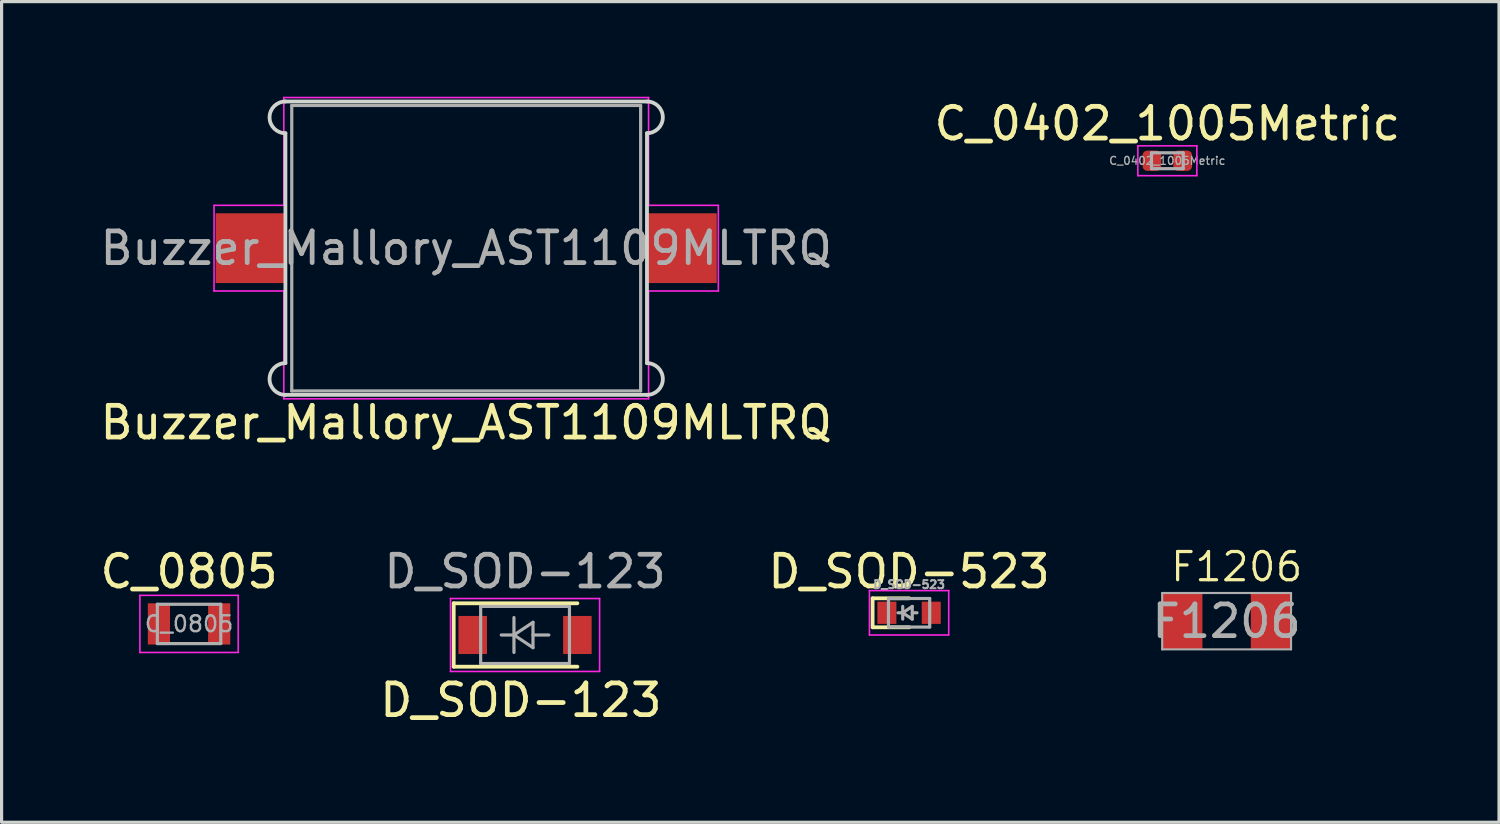
<source format=kicad_pcb>
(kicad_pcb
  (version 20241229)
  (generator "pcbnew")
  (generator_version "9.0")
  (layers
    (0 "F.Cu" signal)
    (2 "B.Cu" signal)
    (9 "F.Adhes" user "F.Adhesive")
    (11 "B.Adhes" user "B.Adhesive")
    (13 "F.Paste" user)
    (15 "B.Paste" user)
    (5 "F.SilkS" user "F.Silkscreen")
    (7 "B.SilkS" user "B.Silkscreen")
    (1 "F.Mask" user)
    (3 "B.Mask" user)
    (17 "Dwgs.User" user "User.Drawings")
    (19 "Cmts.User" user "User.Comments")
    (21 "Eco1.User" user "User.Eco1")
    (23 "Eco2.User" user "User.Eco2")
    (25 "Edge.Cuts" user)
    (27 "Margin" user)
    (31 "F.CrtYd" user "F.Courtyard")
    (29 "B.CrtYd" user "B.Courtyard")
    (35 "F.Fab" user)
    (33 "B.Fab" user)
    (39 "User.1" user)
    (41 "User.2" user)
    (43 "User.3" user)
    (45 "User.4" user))
  (footprint "C_0402_1005Metric"
    (layer "F.Cu")
    (at 33.756 2.018)
    (property "Reference" "C_0402_1005Metric" (at 0 -1.17 0) (layer "F.SilkS") (effects (font (size 1 1) (thickness 0.15))))
    (attr smd)
    (fp_line (start -0.93 -0.47) (end 0.93 -0.47) (stroke (width 0.05) (type solid)) (layer "F.CrtYd"))
    (fp_line (start -0.93 0.47) (end -0.93 -0.47) (stroke (width 0.05) (type solid)) (layer "F.CrtYd"))
    (fp_line (start 0.93 -0.47) (end 0.93 0.47) (stroke (width 0.05) (type solid)) (layer "F.CrtYd"))
    (fp_line (start 0.93 0.47) (end -0.93 0.47) (stroke (width 0.05) (type solid)) (layer "F.CrtYd"))
    (fp_line (start -0.5 -0.25) (end 0.5 -0.25) (stroke (width 0.1) (type solid)) (layer "F.Fab"))
    (fp_line (start -0.5 0.25) (end -0.5 -0.25) (stroke (width 0.1) (type solid)) (layer "F.Fab"))
    (fp_line (start 0.5 -0.25) (end 0.5 0.25) (stroke (width 0.1) (type solid)) (layer "F.Fab"))
    (fp_line (start 0.5 0.25) (end -0.5 0.25) (stroke (width 0.1) (type solid)) (layer "F.Fab"))
    (fp_text user "${REFERENCE}" (at 0 0 0) (layer "F.Fab") (effects (font (size 0.25 0.25) (thickness 0.04))))
    (pad "1" smd roundrect (at -0.485 0 180) (size 0.59 0.64) (layers "F.Cu" "F.Mask" "F.Paste") (roundrect_rratio 0.25))
    (pad "2" smd roundrect (at 0.485 0 180) (size 0.59 0.64) (layers "F.Cu" "F.Mask" "F.Paste") (roundrect_rratio 0.25)))
  (footprint "D_SOD-523"
    (layer "F.Cu")
    (at 25.613 16.271)
    (property "Reference" "D_SOD-523" (at 0 -1.3 0) (layer "F.SilkS") (effects (font (size 1 1) (thickness 0.15))))
    (attr smd)
    (fp_line (start -1.15 -0.457) (end -1.15 0.457) (stroke (width 0.12) (type solid)) (layer "F.SilkS"))
    (fp_line (start 0 -0.457) (end -1.15 -0.457) (stroke (width 0.12) (type solid)) (layer "F.SilkS"))
    (fp_line (start 0.007 0.457) (end -1.143 0.457) (stroke (width 0.12) (type solid)) (layer "F.SilkS"))
    (fp_line (start -1.25 -0.7) (end 1.25 -0.7) (stroke (width 0.05) (type solid)) (layer "F.CrtYd"))
    (fp_line (start -1.25 0.7) (end -1.25 -0.7) (stroke (width 0.05) (type solid)) (layer "F.CrtYd"))
    (fp_line (start 1.25 -0.7) (end 1.25 0.7) (stroke (width 0.05) (type solid)) (layer "F.CrtYd"))
    (fp_line (start 1.25 0.7) (end -1.25 0.7) (stroke (width 0.05) (type solid)) (layer "F.CrtYd"))
    (fp_line (start -0.65 -0.45) (end 0.65 -0.45) (stroke (width 0.1) (type solid)) (layer "F.Fab"))
    (fp_line (start -0.65 0.45) (end -0.65 -0.45) (stroke (width 0.1) (type solid)) (layer "F.Fab"))
    (fp_line (start -0.2 0) (end -0.35 0) (stroke (width 0.1) (type solid)) (layer "F.Fab"))
    (fp_line (start -0.2 0) (end 0.1 0.2) (stroke (width 0.1) (type solid)) (layer "F.Fab"))
    (fp_line (start -0.2 0.2) (end -0.2 -0.2) (stroke (width 0.1) (type solid)) (layer "F.Fab"))
    (fp_line (start 0.1 -0.2) (end -0.2 0) (stroke (width 0.1) (type solid)) (layer "F.Fab"))
    (fp_line (start 0.1 0) (end 0.25 0) (stroke (width 0.1) (type solid)) (layer "F.Fab"))
    (fp_line (start 0.1 0.2) (end 0.1 -0.2) (stroke (width 0.1) (type solid)) (layer "F.Fab"))
    (fp_line (start 0.65 -0.45) (end 0.65 0.45) (stroke (width 0.1) (type solid)) (layer "F.Fab"))
    (fp_line (start 0.65 0.45) (end -0.65 0.45) (stroke (width 0.1) (type solid)) (layer "F.Fab"))
    (fp_text user "${REFERENCE}" (at 0 -0.889 0) (layer "F.Fab") (effects (font (size 0.254 0.254) (thickness 0.064))))
    (pad "1" smd rect (at -0.7 0 180) (size 0.6 0.7) (layers "F.Cu" "F.Mask" "F.Paste"))
    (pad "2" smd rect (at 0.7 0 180) (size 0.6 0.7) (layers "F.Cu" "F.Mask" "F.Paste")))
  (footprint "C_0805"
    (layer "F.Cu")
    (at 2.911 16.622)
    (property "Reference" "C_0805" (at 0 -1.65 0) (layer "F.SilkS") (effects (font (size 1 1) (thickness 0.15))))
    (attr smd)
    (fp_line (start -1.55 -0.9) (end -1.55 0.9) (stroke (width 0.05) (type solid)) (layer "F.CrtYd"))
    (fp_line (start -1.55 -0.9) (end 1.55 -0.9) (stroke (width 0.05) (type solid)) (layer "F.CrtYd"))
    (fp_line (start 1.55 0.9) (end -1.55 0.9) (stroke (width 0.05) (type solid)) (layer "F.CrtYd"))
    (fp_line (start 1.55 0.9) (end 1.55 -0.9) (stroke (width 0.05) (type solid)) (layer "F.CrtYd"))
    (fp_line (start -1 -0.62) (end 1 -0.62) (stroke (width 0.1) (type solid)) (layer "F.Fab"))
    (fp_line (start -1 0.62) (end -1 -0.62) (stroke (width 0.1) (type solid)) (layer "F.Fab"))
    (fp_line (start 1 -0.62) (end 1 0.62) (stroke (width 0.1) (type solid)) (layer "F.Fab"))
    (fp_line (start 1 0.62) (end -1 0.62) (stroke (width 0.1) (type solid)) (layer "F.Fab"))
    (fp_text user "${REFERENCE}" (at 0 0 0) (layer "F.Fab") (effects (font (size 0.5 0.5) (thickness 0.075))))
    (pad "1" smd rect (at -0.95 0 180) (size 0.7 1.3) (layers "F.Cu" "F.Mask" "F.Paste"))
    (pad "2" smd rect (at 0.95 0 180) (size 0.7 1.3) (layers "F.Cu" "F.Mask" "F.Paste")))
  (footprint "D_SOD-123"
    (layer "F.Cu")
    (at 13.505 16.971)
    (property "Reference" "D_SOD-123" (at -0.131 2.056 0) (layer "F.SilkS") (effects (font (size 1 1) (thickness 0.15))))
    (attr smd)
    (fp_line (start -2.25 -1) (end -2.25 1) (stroke (width 0.12) (type solid)) (layer "F.SilkS"))
    (fp_line (start -2.25 -1) (end 1.65 -1) (stroke (width 0.12) (type solid)) (layer "F.SilkS"))
    (fp_line (start -2.25 1) (end 1.65 1) (stroke (width 0.12) (type solid)) (layer "F.SilkS"))
    (fp_line (start -2.35 -1.15) (end -2.35 1.15) (stroke (width 0.05) (type solid)) (layer "F.CrtYd"))
    (fp_line (start -2.35 -1.15) (end 2.35 -1.15) (stroke (width 0.05) (type solid)) (layer "F.CrtYd"))
    (fp_line (start 2.35 -1.15) (end 2.35 1.15) (stroke (width 0.05) (type solid)) (layer "F.CrtYd"))
    (fp_line (start 2.35 1.15) (end -2.35 1.15) (stroke (width 0.05) (type solid)) (layer "F.CrtYd"))
    (fp_line (start -1.4 -0.9) (end 1.4 -0.9) (stroke (width 0.1) (type solid)) (layer "F.Fab"))
    (fp_line (start -1.4 0.9) (end -1.4 -0.9) (stroke (width 0.1) (type solid)) (layer "F.Fab"))
    (fp_line (start -0.75 0) (end -0.35 0) (stroke (width 0.1) (type solid)) (layer "F.Fab"))
    (fp_line (start -0.35 0) (end -0.35 -0.55) (stroke (width 0.1) (type solid)) (layer "F.Fab"))
    (fp_line (start -0.35 0) (end -0.35 0.55) (stroke (width 0.1) (type solid)) (layer "F.Fab"))
    (fp_line (start -0.35 0) (end 0.25 -0.4) (stroke (width 0.1) (type solid)) (layer "F.Fab"))
    (fp_line (start 0.25 -0.4) (end 0.25 0.4) (stroke (width 0.1) (type solid)) (layer "F.Fab"))
    (fp_line (start 0.25 0) (end 0.75 0) (stroke (width 0.1) (type solid)) (layer "F.Fab"))
    (fp_line (start 0.25 0.4) (end -0.35 0) (stroke (width 0.1) (type solid)) (layer "F.Fab"))
    (fp_line (start 1.4 -0.9) (end 1.4 0.9) (stroke (width 0.1) (type solid)) (layer "F.Fab"))
    (fp_line (start 1.4 0.9) (end -1.4 0.9) (stroke (width 0.1) (type solid)) (layer "F.Fab"))
    (fp_text user "${REFERENCE}" (at 0 -2 0) (layer "F.Fab") (effects (font (size 1 1) (thickness 0.15))))
    (pad "1" smd rect (at -1.65 0) (size 0.9 1.2) (layers "F.Cu" "F.Mask" "F.Paste"))
    (pad "2" smd rect (at 1.65 0) (size 0.9 1.2) (layers "F.Cu" "F.Mask" "F.Paste")))
  (footprint "Buzzer_Mallory_AST1109MLTRQ"
    (layer "F.Cu")
    (at 11.649 4.775)
    (property "Reference" "Buzzer_Mallory_AST1109MLTRQ" (at 0 5.5 0) (layer "F.SilkS") (effects (font (size 1 1) (thickness 0.15))))
    (attr smd)
    (fp_line (start -5.7 -4.625) (end 5.7 -4.625) (stroke (width 0.12) (type solid)) (layer "Edge.Cuts"))
    (fp_line (start -5.7 -3.625) (end -5.7 3.625) (stroke (width 0.12) (type solid)) (layer "Edge.Cuts"))
    (fp_line (start 5.7 -3.625) (end 5.7 3.625) (stroke (width 0.12) (type solid)) (layer "Edge.Cuts"))
    (fp_line (start 5.7 4.625) (end -5.7 4.625) (stroke (width 0.12) (type solid)) (layer "Edge.Cuts"))
    (fp_arc (start -5.7 -3.625) (mid -6.2 -4.125) (end -5.7 -4.625) (stroke (width 0.12) (type solid)) (layer "Edge.Cuts"))
    (fp_arc (start -5.7 4.625) (mid -6.2 4.125) (end -5.7 3.625) (stroke (width 0.12) (type solid)) (layer "Edge.Cuts"))
    (fp_arc (start 5.7 -4.625) (mid 6.2 -4.125) (end 5.7 -3.625) (stroke (width 0.12) (type solid)) (layer "Edge.Cuts"))
    (fp_arc (start 5.7 3.625) (mid 6.2 4.125) (end 5.7 4.625) (stroke (width 0.12) (type solid)) (layer "Edge.Cuts"))
    (fp_line (start -7.95 -1.35) (end -5.75 -1.35) (stroke (width 0.05) (type solid)) (layer "F.CrtYd"))
    (fp_line (start -7.95 1.35) (end -7.95 -1.35) (stroke (width 0.05) (type solid)) (layer "F.CrtYd"))
    (fp_line (start -5.75 -4.75) (end 5.75 -4.75) (stroke (width 0.05) (type solid)) (layer "F.CrtYd"))
    (fp_line (start -5.75 -1.35) (end -5.75 -4.75) (stroke (width 0.05) (type solid)) (layer "F.CrtYd"))
    (fp_line (start -5.75 1.35) (end -7.95 1.35) (stroke (width 0.05) (type solid)) (layer "F.CrtYd"))
    (fp_line (start -5.75 4.75) (end -5.75 1.35) (stroke (width 0.05) (type solid)) (layer "F.CrtYd"))
    (fp_line (start 5.75 -4.75) (end 5.75 -1.35) (stroke (width 0.05) (type solid)) (layer "F.CrtYd"))
    (fp_line (start 5.75 -1.35) (end 7.95 -1.35) (stroke (width 0.05) (type solid)) (layer "F.CrtYd"))
    (fp_line (start 5.75 1.35) (end 5.75 4.75) (stroke (width 0.05) (type solid)) (layer "F.CrtYd"))
    (fp_line (start 5.75 4.75) (end -5.75 4.75) (stroke (width 0.05) (type solid)) (layer "F.CrtYd"))
    (fp_line (start 7.95 -1.35) (end 7.95 1.35) (stroke (width 0.05) (type solid)) (layer "F.CrtYd"))
    (fp_line (start 7.95 1.35) (end 5.75 1.35) (stroke (width 0.05) (type solid)) (layer "F.CrtYd"))
    (fp_line (start -5.5 -4.5) (end 5.5 -4.5) (stroke (width 0.1) (type solid)) (layer "F.Fab"))
    (fp_line (start -5.5 4.5) (end -5.5 -4.5) (stroke (width 0.1) (type solid)) (layer "F.Fab"))
    (fp_line (start 5.5 -4.5) (end 5.5 4.5) (stroke (width 0.1) (type solid)) (layer "F.Fab"))
    (fp_line (start 5.5 4.5) (end -5.5 4.5) (stroke (width 0.1) (type solid)) (layer "F.Fab"))
    (fp_text user "${REFERENCE}" (at 0 0 0) (layer "F.Fab") (effects (font (size 1 1) (thickness 0.15))))
    (pad "1" smd rect (at -6.8 0 180) (size 2.2 2.2) (layers "F.Cu" "F.Mask" "F.Paste"))
    (pad "2" smd rect (at 6.8 0 180) (size 2.2 2.2) (layers "F.Cu" "F.Mask" "F.Paste")))
  (footprint "F1206"
    (layer "F.Cu")
    (at 35.625 16.536)
    (property "Reference" "F1206" (at 0.318 -1.714 0) (layer "F.SilkS") (effects (font (size 0.889 0.889) (thickness 0.102))))
    (attr smd)
    (fp_line (start -2.032 -0.889) (end 2.032 -0.889) (stroke (width 0.066) (type solid)) (layer "F.Fab"))
    (fp_line (start -2.032 0.889) (end -2.032 -0.889) (stroke (width 0.066) (type solid)) (layer "F.Fab"))
    (fp_line (start -2.032 0.889) (end 2.032 0.889) (stroke (width 0.066) (type solid)) (layer "F.Fab"))
    (fp_line (start 2.032 0.889) (end 2.032 -0.889) (stroke (width 0.066) (type solid)) (layer "F.Fab"))
    (fp_text user "${REFERENCE}" (at 0 0 0) (layer "F.Fab") (effects (font (size 1 1) (thickness 0.15))))
    (pad "1" smd rect (at -1.397 0 180) (size 1.27 1.778) (layers "F.Cu" "F.Mask" "F.Paste"))
    (pad "2" smd rect (at 1.397 0 180) (size 1.27 1.778) (layers "F.Cu" "F.Mask" "F.Paste")))
  (gr_rect
    (start -3 -3)
    (end 44.214 22.876)
    (stroke (width 0.1) (type default))
    (fill no)
    (layer "Edge.Cuts")))
</source>
